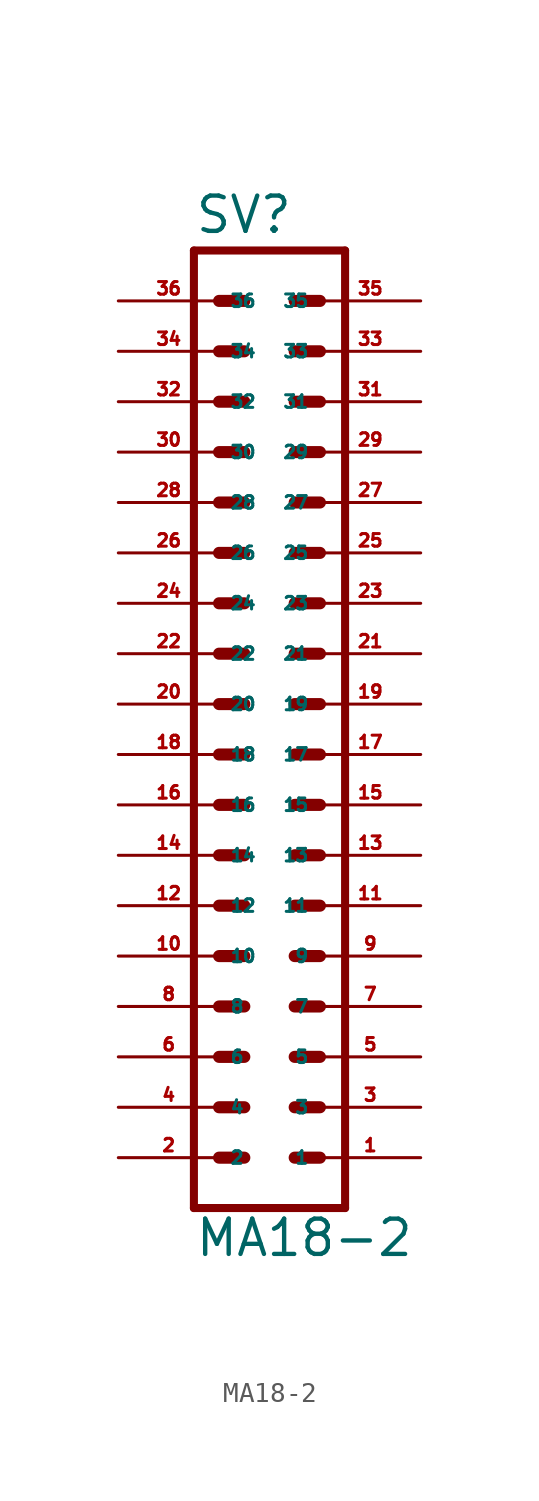
<source format=kicad_sym>
(kicad_symbol_lib
  (version 20220914)
  (generator Eagle2Kicad)
  (symbol "MA18-2"
    (property "Reference" "SV"
      (at -3.81 26.162 0)
      (effects (font (size 1.778 1.778) (thickness 0.22)) (justify left bottom)))
    (property "Value" "MA18-2"
      (at -3.81 -25.4 0)
      (effects (font (size 1.778 1.778) (thickness 0.22)) (justify left bottom)))
    (polyline
      (pts (xy 3.81 -22.86) (xy -3.81 -22.86))
      (stroke (width 0.406) (type default))
      (fill (type none)))
    (polyline
      (pts (xy 1.27 -15.24) (xy 2.54 -15.24))
      (stroke (width 0.61) (type default))
      (fill (type none)))
    (polyline
      (pts (xy 1.27 -17.78) (xy 2.54 -17.78))
      (stroke (width 0.61) (type default))
      (fill (type none)))
    (polyline
      (pts (xy 1.27 -20.32) (xy 2.54 -20.32))
      (stroke (width 0.61) (type default))
      (fill (type none)))
    (polyline
      (pts (xy -2.54 -15.24) (xy -1.27 -15.24))
      (stroke (width 0.61) (type default))
      (fill (type none)))
    (polyline
      (pts (xy -2.54 -17.78) (xy -1.27 -17.78))
      (stroke (width 0.61) (type default))
      (fill (type none)))
    (polyline
      (pts (xy -2.54 -20.32) (xy -1.27 -20.32))
      (stroke (width 0.61) (type default))
      (fill (type none)))
    (polyline
      (pts (xy 1.27 -10.16) (xy 2.54 -10.16))
      (stroke (width 0.61) (type default))
      (fill (type none)))
    (polyline
      (pts (xy 1.27 -12.7) (xy 2.54 -12.7))
      (stroke (width 0.61) (type default))
      (fill (type none)))
    (polyline
      (pts (xy -2.54 -10.16) (xy -1.27 -10.16))
      (stroke (width 0.61) (type default))
      (fill (type none)))
    (polyline
      (pts (xy -2.54 -12.7) (xy -1.27 -12.7))
      (stroke (width 0.61) (type default))
      (fill (type none)))
    (polyline
      (pts (xy 1.27 -2.54) (xy 2.54 -2.54))
      (stroke (width 0.61) (type default))
      (fill (type none)))
    (polyline
      (pts (xy 1.27 -5.08) (xy 2.54 -5.08))
      (stroke (width 0.61) (type default))
      (fill (type none)))
    (polyline
      (pts (xy 1.27 -7.62) (xy 2.54 -7.62))
      (stroke (width 0.61) (type default))
      (fill (type none)))
    (polyline
      (pts (xy -2.54 -2.54) (xy -1.27 -2.54))
      (stroke (width 0.61) (type default))
      (fill (type none)))
    (polyline
      (pts (xy -2.54 -5.08) (xy -1.27 -5.08))
      (stroke (width 0.61) (type default))
      (fill (type none)))
    (polyline
      (pts (xy -2.54 -7.62) (xy -1.27 -7.62))
      (stroke (width 0.61) (type default))
      (fill (type none)))
    (polyline
      (pts (xy 1.27 2.54) (xy 2.54 2.54))
      (stroke (width 0.61) (type default))
      (fill (type none)))
    (polyline
      (pts (xy 1.27 0) (xy 2.54 0))
      (stroke (width 0.61) (type default))
      (fill (type none)))
    (polyline
      (pts (xy -2.54 2.54) (xy -1.27 2.54))
      (stroke (width 0.61) (type default))
      (fill (type none)))
    (polyline
      (pts (xy -2.54 0) (xy -1.27 0))
      (stroke (width 0.61) (type default))
      (fill (type none)))
    (polyline
      (pts (xy 1.27 10.16) (xy 2.54 10.16))
      (stroke (width 0.61) (type default))
      (fill (type none)))
    (polyline
      (pts (xy 1.27 7.62) (xy 2.54 7.62))
      (stroke (width 0.61) (type default))
      (fill (type none)))
    (polyline
      (pts (xy 1.27 5.08) (xy 2.54 5.08))
      (stroke (width 0.61) (type default))
      (fill (type none)))
    (polyline
      (pts (xy -2.54 10.16) (xy -1.27 10.16))
      (stroke (width 0.61) (type default))
      (fill (type none)))
    (polyline
      (pts (xy -2.54 7.62) (xy -1.27 7.62))
      (stroke (width 0.61) (type default))
      (fill (type none)))
    (polyline
      (pts (xy -2.54 5.08) (xy -1.27 5.08))
      (stroke (width 0.61) (type default))
      (fill (type none)))
    (polyline
      (pts (xy 1.27 15.24) (xy 2.54 15.24))
      (stroke (width 0.61) (type default))
      (fill (type none)))
    (polyline
      (pts (xy 1.27 12.7) (xy 2.54 12.7))
      (stroke (width 0.61) (type default))
      (fill (type none)))
    (polyline
      (pts (xy -2.54 15.24) (xy -1.27 15.24))
      (stroke (width 0.61) (type default))
      (fill (type none)))
    (polyline
      (pts (xy -2.54 12.7) (xy -1.27 12.7))
      (stroke (width 0.61) (type default))
      (fill (type none)))
    (polyline
      (pts (xy 1.27 20.32) (xy 2.54 20.32))
      (stroke (width 0.61) (type default))
      (fill (type none)))
    (polyline
      (pts (xy 1.27 17.78) (xy 2.54 17.78))
      (stroke (width 0.61) (type default))
      (fill (type none)))
    (polyline
      (pts (xy -2.54 20.32) (xy -1.27 20.32))
      (stroke (width 0.61) (type default))
      (fill (type none)))
    (polyline
      (pts (xy -2.54 17.78) (xy -1.27 17.78))
      (stroke (width 0.61) (type default))
      (fill (type none)))
    (polyline
      (pts (xy -3.81 25.4) (xy -3.81 -22.86))
      (stroke (width 0.406) (type default))
      (fill (type none)))
    (polyline
      (pts (xy 3.81 -22.86) (xy 3.81 25.4))
      (stroke (width 0.406) (type default))
      (fill (type none)))
    (polyline
      (pts (xy -3.81 25.4) (xy 3.81 25.4))
      (stroke (width 0.406) (type default))
      (fill (type none)))
    (polyline
      (pts (xy 1.27 22.86) (xy 2.54 22.86))
      (stroke (width 0.61) (type default))
      (fill (type none)))
    (polyline
      (pts (xy -2.54 22.86) (xy -1.27 22.86))
      (stroke (width 0.61) (type default))
      (fill (type none)))
    (pin passive line
      (at 7.62 -20.32 180)
      (length 5.08)
      (name "1" (effects (font (size 0.635 0.635) (thickness 0.08)) (justify left bottom)))
      (number "1" (effects (font (size 0.635 0.635) (thickness 0.08)) (justify left bottom))))
    (pin passive line
      (at 7.62 -17.78 180)
      (length 5.08)
      (name "3" (effects (font (size 0.635 0.635) (thickness 0.08)) (justify left bottom)))
      (number "3" (effects (font (size 0.635 0.635) (thickness 0.08)) (justify left bottom))))
    (pin passive line
      (at 7.62 -15.24 180)
      (length 5.08)
      (name "5" (effects (font (size 0.635 0.635) (thickness 0.08)) (justify left bottom)))
      (number "5" (effects (font (size 0.635 0.635) (thickness 0.08)) (justify left bottom))))
    (pin passive line
      (at -7.62 -20.32 0)
      (length 5.08)
      (name "2" (effects (font (size 0.635 0.635) (thickness 0.08)) (justify left bottom)))
      (number "2" (effects (font (size 0.635 0.635) (thickness 0.08)) (justify left bottom))))
    (pin passive line
      (at -7.62 -17.78 0)
      (length 5.08)
      (name "4" (effects (font (size 0.635 0.635) (thickness 0.08)) (justify left bottom)))
      (number "4" (effects (font (size 0.635 0.635) (thickness 0.08)) (justify left bottom))))
    (pin passive line
      (at -7.62 -15.24 0)
      (length 5.08)
      (name "6" (effects (font (size 0.635 0.635) (thickness 0.08)) (justify left bottom)))
      (number "6" (effects (font (size 0.635 0.635) (thickness 0.08)) (justify left bottom))))
    (pin passive line
      (at 7.62 -12.7 180)
      (length 5.08)
      (name "7" (effects (font (size 0.635 0.635) (thickness 0.08)) (justify left bottom)))
      (number "7" (effects (font (size 0.635 0.635) (thickness 0.08)) (justify left bottom))))
    (pin passive line
      (at 7.62 -10.16 180)
      (length 5.08)
      (name "9" (effects (font (size 0.635 0.635) (thickness 0.08)) (justify left bottom)))
      (number "9" (effects (font (size 0.635 0.635) (thickness 0.08)) (justify left bottom))))
    (pin passive line
      (at -7.62 -12.7 0)
      (length 5.08)
      (name "8" (effects (font (size 0.635 0.635) (thickness 0.08)) (justify left bottom)))
      (number "8" (effects (font (size 0.635 0.635) (thickness 0.08)) (justify left bottom))))
    (pin passive line
      (at -7.62 -10.16 0)
      (length 5.08)
      (name "10" (effects (font (size 0.635 0.635) (thickness 0.08)) (justify left bottom)))
      (number "10" (effects (font (size 0.635 0.635) (thickness 0.08)) (justify left bottom))))
    (pin passive line
      (at 7.62 -7.62 180)
      (length 5.08)
      (name "11" (effects (font (size 0.635 0.635) (thickness 0.08)) (justify left bottom)))
      (number "11" (effects (font (size 0.635 0.635) (thickness 0.08)) (justify left bottom))))
    (pin passive line
      (at 7.62 -5.08 180)
      (length 5.08)
      (name "13" (effects (font (size 0.635 0.635) (thickness 0.08)) (justify left bottom)))
      (number "13" (effects (font (size 0.635 0.635) (thickness 0.08)) (justify left bottom))))
    (pin passive line
      (at 7.62 -2.54 180)
      (length 5.08)
      (name "15" (effects (font (size 0.635 0.635) (thickness 0.08)) (justify left bottom)))
      (number "15" (effects (font (size 0.635 0.635) (thickness 0.08)) (justify left bottom))))
    (pin passive line
      (at -7.62 -7.62 0)
      (length 5.08)
      (name "12" (effects (font (size 0.635 0.635) (thickness 0.08)) (justify left bottom)))
      (number "12" (effects (font (size 0.635 0.635) (thickness 0.08)) (justify left bottom))))
    (pin passive line
      (at -7.62 -5.08 0)
      (length 5.08)
      (name "14" (effects (font (size 0.635 0.635) (thickness 0.08)) (justify left bottom)))
      (number "14" (effects (font (size 0.635 0.635) (thickness 0.08)) (justify left bottom))))
    (pin passive line
      (at -7.62 -2.54 0)
      (length 5.08)
      (name "16" (effects (font (size 0.635 0.635) (thickness 0.08)) (justify left bottom)))
      (number "16" (effects (font (size 0.635 0.635) (thickness 0.08)) (justify left bottom))))
    (pin passive line
      (at 7.62 0 180)
      (length 5.08)
      (name "17" (effects (font (size 0.635 0.635) (thickness 0.08)) (justify left bottom)))
      (number "17" (effects (font (size 0.635 0.635) (thickness 0.08)) (justify left bottom))))
    (pin passive line
      (at 7.62 2.54 180)
      (length 5.08)
      (name "19" (effects (font (size 0.635 0.635) (thickness 0.08)) (justify left bottom)))
      (number "19" (effects (font (size 0.635 0.635) (thickness 0.08)) (justify left bottom))))
    (pin passive line
      (at -7.62 0 0)
      (length 5.08)
      (name "18" (effects (font (size 0.635 0.635) (thickness 0.08)) (justify left bottom)))
      (number "18" (effects (font (size 0.635 0.635) (thickness 0.08)) (justify left bottom))))
    (pin passive line
      (at -7.62 2.54 0)
      (length 5.08)
      (name "20" (effects (font (size 0.635 0.635) (thickness 0.08)) (justify left bottom)))
      (number "20" (effects (font (size 0.635 0.635) (thickness 0.08)) (justify left bottom))))
    (pin passive line
      (at 7.62 5.08 180)
      (length 5.08)
      (name "21" (effects (font (size 0.635 0.635) (thickness 0.08)) (justify left bottom)))
      (number "21" (effects (font (size 0.635 0.635) (thickness 0.08)) (justify left bottom))))
    (pin passive line
      (at 7.62 7.62 180)
      (length 5.08)
      (name "23" (effects (font (size 0.635 0.635) (thickness 0.08)) (justify left bottom)))
      (number "23" (effects (font (size 0.635 0.635) (thickness 0.08)) (justify left bottom))))
    (pin passive line
      (at 7.62 10.16 180)
      (length 5.08)
      (name "25" (effects (font (size 0.635 0.635) (thickness 0.08)) (justify left bottom)))
      (number "25" (effects (font (size 0.635 0.635) (thickness 0.08)) (justify left bottom))))
    (pin passive line
      (at -7.62 5.08 0)
      (length 5.08)
      (name "22" (effects (font (size 0.635 0.635) (thickness 0.08)) (justify left bottom)))
      (number "22" (effects (font (size 0.635 0.635) (thickness 0.08)) (justify left bottom))))
    (pin passive line
      (at -7.62 7.62 0)
      (length 5.08)
      (name "24" (effects (font (size 0.635 0.635) (thickness 0.08)) (justify left bottom)))
      (number "24" (effects (font (size 0.635 0.635) (thickness 0.08)) (justify left bottom))))
    (pin passive line
      (at -7.62 10.16 0)
      (length 5.08)
      (name "26" (effects (font (size 0.635 0.635) (thickness 0.08)) (justify left bottom)))
      (number "26" (effects (font (size 0.635 0.635) (thickness 0.08)) (justify left bottom))))
    (pin passive line
      (at 7.62 12.7 180)
      (length 5.08)
      (name "27" (effects (font (size 0.635 0.635) (thickness 0.08)) (justify left bottom)))
      (number "27" (effects (font (size 0.635 0.635) (thickness 0.08)) (justify left bottom))))
    (pin passive line
      (at 7.62 15.24 180)
      (length 5.08)
      (name "29" (effects (font (size 0.635 0.635) (thickness 0.08)) (justify left bottom)))
      (number "29" (effects (font (size 0.635 0.635) (thickness 0.08)) (justify left bottom))))
    (pin passive line
      (at -7.62 12.7 0)
      (length 5.08)
      (name "28" (effects (font (size 0.635 0.635) (thickness 0.08)) (justify left bottom)))
      (number "28" (effects (font (size 0.635 0.635) (thickness 0.08)) (justify left bottom))))
    (pin passive line
      (at -7.62 15.24 0)
      (length 5.08)
      (name "30" (effects (font (size 0.635 0.635) (thickness 0.08)) (justify left bottom)))
      (number "30" (effects (font (size 0.635 0.635) (thickness 0.08)) (justify left bottom))))
    (pin passive line
      (at 7.62 17.78 180)
      (length 5.08)
      (name "31" (effects (font (size 0.635 0.635) (thickness 0.08)) (justify left bottom)))
      (number "31" (effects (font (size 0.635 0.635) (thickness 0.08)) (justify left bottom))))
    (pin passive line
      (at 7.62 20.32 180)
      (length 5.08)
      (name "33" (effects (font (size 0.635 0.635) (thickness 0.08)) (justify left bottom)))
      (number "33" (effects (font (size 0.635 0.635) (thickness 0.08)) (justify left bottom))))
    (pin passive line
      (at -7.62 17.78 0)
      (length 5.08)
      (name "32" (effects (font (size 0.635 0.635) (thickness 0.08)) (justify left bottom)))
      (number "32" (effects (font (size 0.635 0.635) (thickness 0.08)) (justify left bottom))))
    (pin passive line
      (at -7.62 20.32 0)
      (length 5.08)
      (name "34" (effects (font (size 0.635 0.635) (thickness 0.08)) (justify left bottom)))
      (number "34" (effects (font (size 0.635 0.635) (thickness 0.08)) (justify left bottom))))
    (pin passive line
      (at 7.62 22.86 180)
      (length 5.08)
      (name "35" (effects (font (size 0.635 0.635) (thickness 0.08)) (justify left bottom)))
      (number "35" (effects (font (size 0.635 0.635) (thickness 0.08)) (justify left bottom))))
    (pin passive line
      (at -7.62 22.86 0)
      (length 5.08)
      (name "36" (effects (font (size 0.635 0.635) (thickness 0.08)) (justify left bottom)))
      (number "36" (effects (font (size 0.635 0.635) (thickness 0.08)) (justify left bottom))))))
</source>
